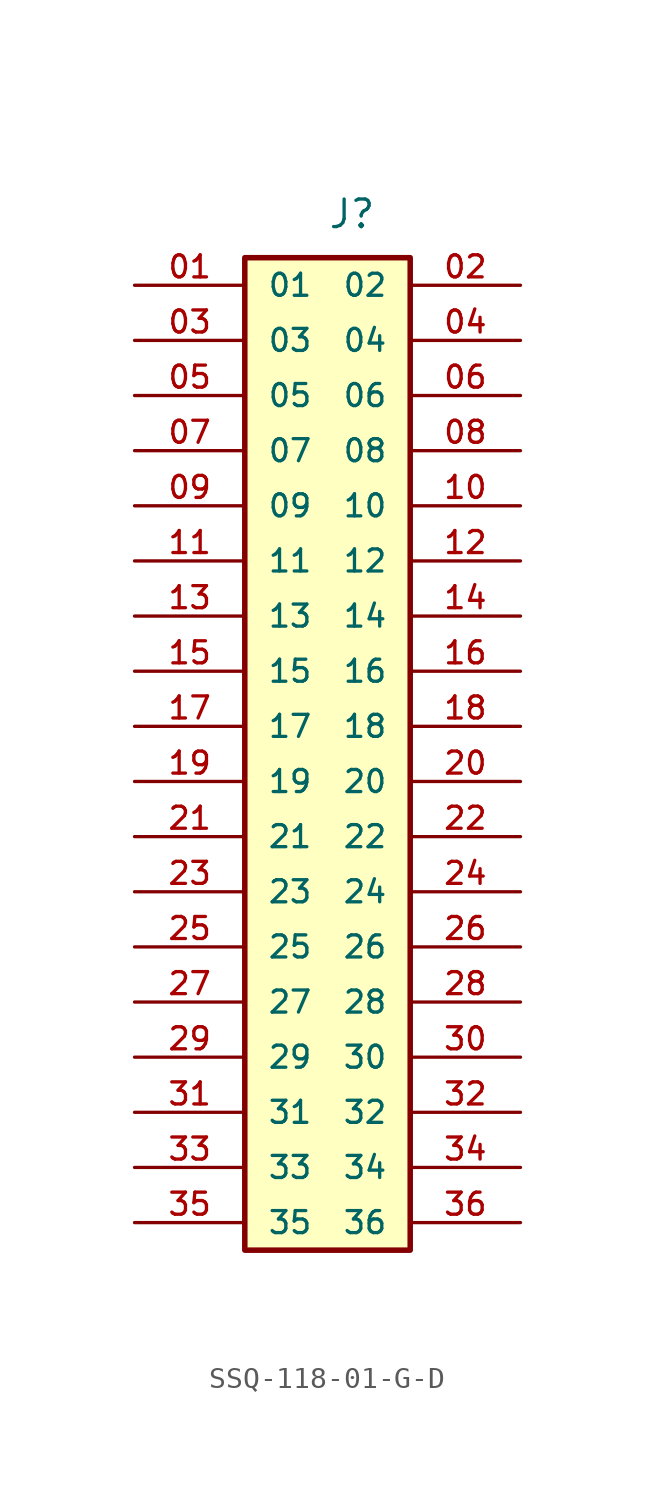
<source format=kicad_sym>
(kicad_symbol_lib
  (version 20220914)
  (generator kicad_symbol_editor)
  (symbol "SSQ-118-01-G-D"
    (pin_names
      (offset 1.016))
    (property "Reference" "J"
      (at 0 25.4 0)
      (effects (font (size 1.27 1.27)) (justify left bottom)))
    (symbol "SSQ-118-01-G-D_0_0"
      (rectangle (start -3.81 24.13) (end 3.81 -21.59) (stroke (width 0.254) (type default)) (fill (type background)))
      (pin passive line (at -8.89 22.86 0) (length 5.08) (name "01" (effects (font (size 1.016 1.016)))) (number "01" (effects (font (size 1.016 1.016)))))
      (pin passive line (at 8.89 22.86 180) (length 5.08) (name "02" (effects (font (size 1.016 1.016)))) (number "02" (effects (font (size 1.016 1.016)))))
      (pin passive line (at -8.89 20.32 0) (length 5.08) (name "03" (effects (font (size 1.016 1.016)))) (number "03" (effects (font (size 1.016 1.016)))))
      (pin passive line (at 8.89 20.32 180) (length 5.08) (name "04" (effects (font (size 1.016 1.016)))) (number "04" (effects (font (size 1.016 1.016)))))
      (pin passive line (at -8.89 17.78 0) (length 5.08) (name "05" (effects (font (size 1.016 1.016)))) (number "05" (effects (font (size 1.016 1.016)))))
      (pin passive line (at 8.89 17.78 180) (length 5.08) (name "06" (effects (font (size 1.016 1.016)))) (number "06" (effects (font (size 1.016 1.016)))))
      (pin passive line (at -8.89 15.24 0) (length 5.08) (name "07" (effects (font (size 1.016 1.016)))) (number "07" (effects (font (size 1.016 1.016)))))
      (pin passive line (at 8.89 15.24 180) (length 5.08) (name "08" (effects (font (size 1.016 1.016)))) (number "08" (effects (font (size 1.016 1.016)))))
      (pin passive line (at -8.89 12.7 0) (length 5.08) (name "09" (effects (font (size 1.016 1.016)))) (number "09" (effects (font (size 1.016 1.016)))))
      (pin passive line (at 8.89 12.7 180) (length 5.08) (name "10" (effects (font (size 1.016 1.016)))) (number "10" (effects (font (size 1.016 1.016)))))
      (pin passive line (at -8.89 10.16 0) (length 5.08) (name "11" (effects (font (size 1.016 1.016)))) (number "11" (effects (font (size 1.016 1.016)))))
      (pin passive line (at 8.89 10.16 180) (length 5.08) (name "12" (effects (font (size 1.016 1.016)))) (number "12" (effects (font (size 1.016 1.016)))))
      (pin passive line (at -8.89 7.62 0) (length 5.08) (name "13" (effects (font (size 1.016 1.016)))) (number "13" (effects (font (size 1.016 1.016)))))
      (pin passive line (at 8.89 7.62 180) (length 5.08) (name "14" (effects (font (size 1.016 1.016)))) (number "14" (effects (font (size 1.016 1.016)))))
      (pin passive line (at -8.89 5.08 0) (length 5.08) (name "15" (effects (font (size 1.016 1.016)))) (number "15" (effects (font (size 1.016 1.016)))))
      (pin passive line (at 8.89 5.08 180) (length 5.08) (name "16" (effects (font (size 1.016 1.016)))) (number "16" (effects (font (size 1.016 1.016)))))
      (pin passive line (at -8.89 2.54 0) (length 5.08) (name "17" (effects (font (size 1.016 1.016)))) (number "17" (effects (font (size 1.016 1.016)))))
      (pin passive line (at 8.89 2.54 180) (length 5.08) (name "18" (effects (font (size 1.016 1.016)))) (number "18" (effects (font (size 1.016 1.016)))))
      (pin passive line (at -8.89 0 0) (length 5.08) (name "19" (effects (font (size 1.016 1.016)))) (number "19" (effects (font (size 1.016 1.016)))))
      (pin passive line (at 8.89 0 180) (length 5.08) (name "20" (effects (font (size 1.016 1.016)))) (number "20" (effects (font (size 1.016 1.016)))))
      (pin passive line (at -8.89 -2.54 0) (length 5.08) (name "21" (effects (font (size 1.016 1.016)))) (number "21" (effects (font (size 1.016 1.016)))))
      (pin passive line (at 8.89 -2.54 180) (length 5.08) (name "22" (effects (font (size 1.016 1.016)))) (number "22" (effects (font (size 1.016 1.016)))))
      (pin passive line (at -8.89 -5.08 0) (length 5.08) (name "23" (effects (font (size 1.016 1.016)))) (number "23" (effects (font (size 1.016 1.016)))))
      (pin passive line (at 8.89 -5.08 180) (length 5.08) (name "24" (effects (font (size 1.016 1.016)))) (number "24" (effects (font (size 1.016 1.016)))))
      (pin passive line (at -8.89 -7.62 0) (length 5.08) (name "25" (effects (font (size 1.016 1.016)))) (number "25" (effects (font (size 1.016 1.016)))))
      (pin passive line (at 8.89 -7.62 180) (length 5.08) (name "26" (effects (font (size 1.016 1.016)))) (number "26" (effects (font (size 1.016 1.016)))))
      (pin passive line (at -8.89 -10.16 0) (length 5.08) (name "27" (effects (font (size 1.016 1.016)))) (number "27" (effects (font (size 1.016 1.016)))))
      (pin passive line (at 8.89 -10.16 180) (length 5.08) (name "28" (effects (font (size 1.016 1.016)))) (number "28" (effects (font (size 1.016 1.016)))))
      (pin passive line (at -8.89 -12.7 0) (length 5.08) (name "29" (effects (font (size 1.016 1.016)))) (number "29" (effects (font (size 1.016 1.016)))))
      (pin passive line (at 8.89 -12.7 180) (length 5.08) (name "30" (effects (font (size 1.016 1.016)))) (number "30" (effects (font (size 1.016 1.016)))))
      (pin passive line (at -8.89 -15.24 0) (length 5.08) (name "31" (effects (font (size 1.016 1.016)))) (number "31" (effects (font (size 1.016 1.016)))))
      (pin passive line (at 8.89 -15.24 180) (length 5.08) (name "32" (effects (font (size 1.016 1.016)))) (number "32" (effects (font (size 1.016 1.016)))))
      (pin passive line (at -8.89 -17.78 0) (length 5.08) (name "33" (effects (font (size 1.016 1.016)))) (number "33" (effects (font (size 1.016 1.016)))))
      (pin passive line (at 8.89 -17.78 180) (length 5.08) (name "34" (effects (font (size 1.016 1.016)))) (number "34" (effects (font (size 1.016 1.016)))))
      (pin passive line (at -8.89 -20.32 0) (length 5.08) (name "35" (effects (font (size 1.016 1.016)))) (number "35" (effects (font (size 1.016 1.016)))))
      (pin passive line (at 8.89 -20.32 180) (length 5.08) (name "36" (effects (font (size 1.016 1.016)))) (number "36" (effects (font (size 1.016 1.016))))))))
</source>
